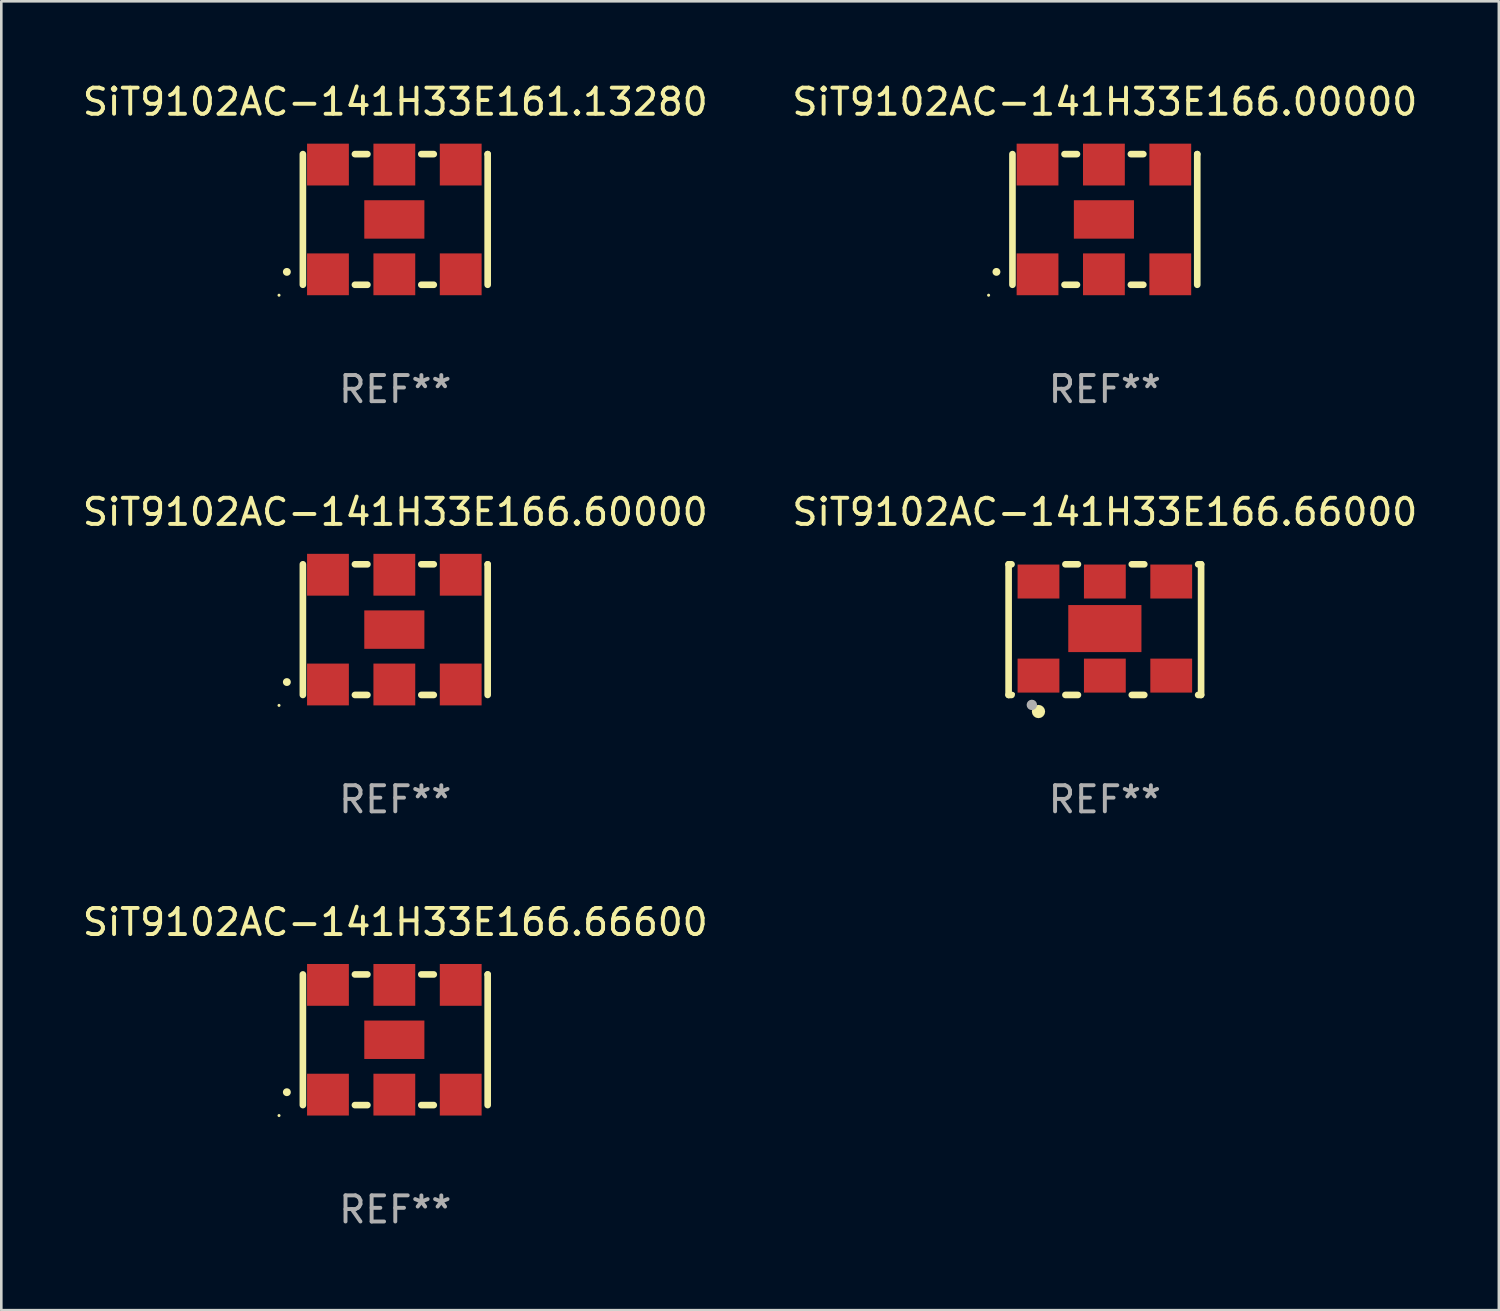
<source format=kicad_pcb>
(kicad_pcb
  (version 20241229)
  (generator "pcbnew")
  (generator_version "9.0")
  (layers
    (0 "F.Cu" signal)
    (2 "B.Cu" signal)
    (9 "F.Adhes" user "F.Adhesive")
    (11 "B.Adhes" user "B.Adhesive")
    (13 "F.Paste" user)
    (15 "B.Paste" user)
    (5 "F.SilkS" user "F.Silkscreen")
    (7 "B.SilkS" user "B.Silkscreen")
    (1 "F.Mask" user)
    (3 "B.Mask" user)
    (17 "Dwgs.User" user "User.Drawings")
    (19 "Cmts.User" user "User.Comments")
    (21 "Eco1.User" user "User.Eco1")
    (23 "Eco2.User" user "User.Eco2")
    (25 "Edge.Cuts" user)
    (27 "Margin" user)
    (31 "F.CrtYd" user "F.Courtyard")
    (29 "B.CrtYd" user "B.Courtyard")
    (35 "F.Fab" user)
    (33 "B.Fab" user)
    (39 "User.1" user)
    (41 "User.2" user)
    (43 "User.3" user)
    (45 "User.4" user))
  (footprint "SiT9102AC-141H33E166.00000"
    (layer "F.Cu")
    (at 39.232 5.348)
    (property "Reference" "SiT9102AC-141H33E166.00000" (at 0 -4.5 0) (layer "F.SilkS") (effects (font (size 1 1) (thickness 0.15))))
    (attr through_hole)
    (fp_line (start -3.536 -2.5) (end -3.536 2.5) (stroke (width 0.254) (type solid)) (layer "F.SilkS"))
    (fp_line (start -1.544 2.5) (end -1.067 2.5) (stroke (width 0.254) (type solid)) (layer "F.SilkS"))
    (fp_line (start -1.067 -2.5) (end -1.544 -2.5) (stroke (width 0.254) (type solid)) (layer "F.SilkS"))
    (fp_line (start 0.996 2.5) (end 1.473 2.5) (stroke (width 0.254) (type solid)) (layer "F.SilkS"))
    (fp_line (start 1.473 -2.5) (end 0.996 -2.5) (stroke (width 0.254) (type solid)) (layer "F.SilkS"))
    (fp_line (start 3.536 -2.5) (end 3.536 -2.5) (stroke (width 0.254) (type solid)) (layer "F.SilkS"))
    (fp_line (start 3.536 2.5) (end 3.536 -2.5) (stroke (width 0.254) (type solid)) (layer "F.SilkS"))
    (fp_arc (start -4.150432 2.006604) (mid -4.149162 2.006599) (end -4.147892 2.006604) (stroke (width 0.3) (type solid)) (layer "F.SilkS"))
    (fp_circle (center -4.449 2.9) (end -4.419 2.9) (stroke (width 0.06) (type solid)) (fill no) (layer "F.SilkS"))
    (fp_text user "REF**" (at 0 6.5 0) (layer "F.Fab") (effects (font (size 1 1) (thickness 0.15))))
    (pad "1" smd rect (at -2.576 2.1) (size 1.6 1.6) (layers "F.Cu" "F.Mask" "F.Paste"))
    (pad "2" smd rect (at -0.036 2.1) (size 1.6 1.6) (layers "F.Cu" "F.Mask" "F.Paste"))
    (pad "3" smd rect (at 2.504 2.1) (size 1.6 1.6) (layers "F.Cu" "F.Mask" "F.Paste"))
    (pad "4" smd rect (at 2.504 -2.1) (size 1.6 1.6) (layers "F.Cu" "F.Mask" "F.Paste"))
    (pad "5" smd rect (at -0.036 -2.1) (size 1.6 1.6) (layers "F.Cu" "F.Mask" "F.Paste"))
    (pad "6" smd rect (at -2.576 -2.1) (size 1.6 1.6) (layers "F.Cu" "F.Mask" "F.Paste"))
    (pad "7" smd rect (at -0.036 0) (size 2.3 1.47) (layers "F.Cu" "F.Mask" "F.Paste")))
  (footprint "SiT9102AC-141H33E166.60000"
    (layer "F.Cu")
    (at 12.077 21.045)
    (property "Reference" "SiT9102AC-141H33E166.60000" (at 0 -4.5 0) (layer "F.SilkS") (effects (font (size 1 1) (thickness 0.15))))
    (attr through_hole)
    (fp_line (start -3.536 -2.5) (end -3.536 2.5) (stroke (width 0.254) (type solid)) (layer "F.SilkS"))
    (fp_line (start -1.544 2.5) (end -1.067 2.5) (stroke (width 0.254) (type solid)) (layer "F.SilkS"))
    (fp_line (start -1.067 -2.5) (end -1.544 -2.5) (stroke (width 0.254) (type solid)) (layer "F.SilkS"))
    (fp_line (start 0.996 2.5) (end 1.473 2.5) (stroke (width 0.254) (type solid)) (layer "F.SilkS"))
    (fp_line (start 1.473 -2.5) (end 0.996 -2.5) (stroke (width 0.254) (type solid)) (layer "F.SilkS"))
    (fp_line (start 3.536 -2.5) (end 3.536 -2.5) (stroke (width 0.254) (type solid)) (layer "F.SilkS"))
    (fp_line (start 3.536 2.5) (end 3.536 -2.5) (stroke (width 0.254) (type solid)) (layer "F.SilkS"))
    (fp_arc (start -4.150432 2.006604) (mid -4.149162 2.006599) (end -4.147892 2.006604) (stroke (width 0.3) (type solid)) (layer "F.SilkS"))
    (fp_circle (center -4.449 2.9) (end -4.419 2.9) (stroke (width 0.06) (type solid)) (fill no) (layer "F.SilkS"))
    (fp_text user "REF**" (at 0 6.5 0) (layer "F.Fab") (effects (font (size 1 1) (thickness 0.15))))
    (pad "1" smd rect (at -2.576 2.1) (size 1.6 1.6) (layers "F.Cu" "F.Mask" "F.Paste"))
    (pad "2" smd rect (at -0.036 2.1) (size 1.6 1.6) (layers "F.Cu" "F.Mask" "F.Paste"))
    (pad "3" smd rect (at 2.504 2.1) (size 1.6 1.6) (layers "F.Cu" "F.Mask" "F.Paste"))
    (pad "4" smd rect (at 2.504 -2.1) (size 1.6 1.6) (layers "F.Cu" "F.Mask" "F.Paste"))
    (pad "5" smd rect (at -0.036 -2.1) (size 1.6 1.6) (layers "F.Cu" "F.Mask" "F.Paste"))
    (pad "6" smd rect (at -2.576 -2.1) (size 1.6 1.6) (layers "F.Cu" "F.Mask" "F.Paste"))
    (pad "7" smd rect (at -0.036 0) (size 2.3 1.47) (layers "F.Cu" "F.Mask" "F.Paste")))
  (footprint "SiT9102AC-141H33E166.66600"
    (layer "F.Cu")
    (at 12.077 36.741)
    (property "Reference" "SiT9102AC-141H33E166.66600" (at 0 -4.5 0) (layer "F.SilkS") (effects (font (size 1 1) (thickness 0.15))))
    (attr through_hole)
    (fp_line (start -3.536 -2.5) (end -3.536 2.5) (stroke (width 0.254) (type solid)) (layer "F.SilkS"))
    (fp_line (start -1.544 2.5) (end -1.067 2.5) (stroke (width 0.254) (type solid)) (layer "F.SilkS"))
    (fp_line (start -1.067 -2.5) (end -1.544 -2.5) (stroke (width 0.254) (type solid)) (layer "F.SilkS"))
    (fp_line (start 0.996 2.5) (end 1.473 2.5) (stroke (width 0.254) (type solid)) (layer "F.SilkS"))
    (fp_line (start 1.473 -2.5) (end 0.996 -2.5) (stroke (width 0.254) (type solid)) (layer "F.SilkS"))
    (fp_line (start 3.536 -2.5) (end 3.536 -2.5) (stroke (width 0.254) (type solid)) (layer "F.SilkS"))
    (fp_line (start 3.536 2.5) (end 3.536 -2.5) (stroke (width 0.254) (type solid)) (layer "F.SilkS"))
    (fp_arc (start -4.150432 2.006604) (mid -4.149162 2.006599) (end -4.147892 2.006604) (stroke (width 0.3) (type solid)) (layer "F.SilkS"))
    (fp_circle (center -4.449 2.9) (end -4.419 2.9) (stroke (width 0.06) (type solid)) (fill no) (layer "F.SilkS"))
    (fp_text user "REF**" (at 0 6.5 0) (layer "F.Fab") (effects (font (size 1 1) (thickness 0.15))))
    (pad "1" smd rect (at -2.576 2.1) (size 1.6 1.6) (layers "F.Cu" "F.Mask" "F.Paste"))
    (pad "2" smd rect (at -0.036 2.1) (size 1.6 1.6) (layers "F.Cu" "F.Mask" "F.Paste"))
    (pad "3" smd rect (at 2.504 2.1) (size 1.6 1.6) (layers "F.Cu" "F.Mask" "F.Paste"))
    (pad "4" smd rect (at 2.504 -2.1) (size 1.6 1.6) (layers "F.Cu" "F.Mask" "F.Paste"))
    (pad "5" smd rect (at -0.036 -2.1) (size 1.6 1.6) (layers "F.Cu" "F.Mask" "F.Paste"))
    (pad "6" smd rect (at -2.576 -2.1) (size 1.6 1.6) (layers "F.Cu" "F.Mask" "F.Paste"))
    (pad "7" smd rect (at -0.036 0) (size 2.3 1.47) (layers "F.Cu" "F.Mask" "F.Paste")))
  (footprint "SiT9102AC-141H33E161.13280"
    (layer "F.Cu")
    (at 12.077 5.348)
    (property "Reference" "SiT9102AC-141H33E161.13280" (at 0 -4.5 0) (layer "F.SilkS") (effects (font (size 1 1) (thickness 0.15))))
    (attr through_hole)
    (fp_line (start -3.536 -2.5) (end -3.536 2.5) (stroke (width 0.254) (type solid)) (layer "F.SilkS"))
    (fp_line (start -1.544 2.5) (end -1.067 2.5) (stroke (width 0.254) (type solid)) (layer "F.SilkS"))
    (fp_line (start -1.067 -2.5) (end -1.544 -2.5) (stroke (width 0.254) (type solid)) (layer "F.SilkS"))
    (fp_line (start 0.996 2.5) (end 1.473 2.5) (stroke (width 0.254) (type solid)) (layer "F.SilkS"))
    (fp_line (start 1.473 -2.5) (end 0.996 -2.5) (stroke (width 0.254) (type solid)) (layer "F.SilkS"))
    (fp_line (start 3.536 -2.5) (end 3.536 -2.5) (stroke (width 0.254) (type solid)) (layer "F.SilkS"))
    (fp_line (start 3.536 2.5) (end 3.536 -2.5) (stroke (width 0.254) (type solid)) (layer "F.SilkS"))
    (fp_arc (start -4.150432 2.006604) (mid -4.149162 2.006599) (end -4.147892 2.006604) (stroke (width 0.3) (type solid)) (layer "F.SilkS"))
    (fp_circle (center -4.449 2.9) (end -4.419 2.9) (stroke (width 0.06) (type solid)) (fill no) (layer "F.SilkS"))
    (fp_text user "REF**" (at 0 6.5 0) (layer "F.Fab") (effects (font (size 1 1) (thickness 0.15))))
    (pad "1" smd rect (at -2.576 2.1) (size 1.6 1.6) (layers "F.Cu" "F.Mask" "F.Paste"))
    (pad "2" smd rect (at -0.036 2.1) (size 1.6 1.6) (layers "F.Cu" "F.Mask" "F.Paste"))
    (pad "3" smd rect (at 2.504 2.1) (size 1.6 1.6) (layers "F.Cu" "F.Mask" "F.Paste"))
    (pad "4" smd rect (at 2.504 -2.1) (size 1.6 1.6) (layers "F.Cu" "F.Mask" "F.Paste"))
    (pad "5" smd rect (at -0.036 -2.1) (size 1.6 1.6) (layers "F.Cu" "F.Mask" "F.Paste"))
    (pad "6" smd rect (at -2.576 -2.1) (size 1.6 1.6) (layers "F.Cu" "F.Mask" "F.Paste"))
    (pad "7" smd rect (at -0.036 0) (size 2.3 1.47) (layers "F.Cu" "F.Mask" "F.Paste")))
  (footprint "SiT9102AC-141H33E166.66000"
    (layer "F.Cu")
    (at 39.232 21.045)
    (property "Reference" "SiT9102AC-141H33E166.66000" (at 0 -4.5 0) (layer "F.SilkS") (effects (font (size 1 1) (thickness 0.15))))
    (attr through_hole)
    (fp_line (start -3.683 -2.5) (end -3.571 -2.5) (stroke (width 0.254) (type solid)) (layer "F.SilkS"))
    (fp_line (start -3.683 2.5) (end -3.683 -2.5) (stroke (width 0.254) (type solid)) (layer "F.SilkS"))
    (fp_line (start -3.683 2.5) (end -3.571 2.5) (stroke (width 0.254) (type solid)) (layer "F.SilkS"))
    (fp_line (start -1.509 -2.5) (end -1.031 -2.5) (stroke (width 0.254) (type solid)) (layer "F.SilkS"))
    (fp_line (start -1.509 2.5) (end -1.031 2.5) (stroke (width 0.254) (type solid)) (layer "F.SilkS"))
    (fp_line (start 1.031 -2.5) (end 1.509 -2.5) (stroke (width 0.254) (type solid)) (layer "F.SilkS"))
    (fp_line (start 1.031 2.5) (end 1.509 2.5) (stroke (width 0.254) (type solid)) (layer "F.SilkS"))
    (fp_line (start 3.571 -2.5) (end 3.683 -2.5) (stroke (width 0.254) (type solid)) (layer "F.SilkS"))
    (fp_line (start 3.571 2.5) (end 3.683 2.5) (stroke (width 0.254) (type solid)) (layer "F.SilkS"))
    (fp_line (start 3.683 2.5) (end 3.683 -2.5) (stroke (width 0.254) (type solid)) (layer "F.SilkS"))
    (fp_circle (center -3.5 2.46) (end -3.47 2.46) (stroke (width 0.06) (type solid)) (fill no) (layer "F.SilkS"))
    (fp_circle (center -2.54 3.135) (end -2.413 3.135) (stroke (width 0.254) (type solid)) (fill no) (layer "F.SilkS"))
    (fp_circle (center -2.794 2.881) (end -2.694 2.881) (stroke (width 0.2) (type solid)) (fill no) (layer "F.Fab"))
    (fp_text user "REF**" (at 0 6.5 0) (layer "F.Fab") (effects (font (size 1 1) (thickness 0.15))))
    (pad "1" smd rect (at -2.54 1.76) (size 1.6 1.3) (layers "F.Cu" "F.Mask" "F.Paste"))
    (pad "2" smd rect (at 0 1.76) (size 1.6 1.3) (layers "F.Cu" "F.Mask" "F.Paste"))
    (pad "3" smd rect (at 2.54 1.76) (size 1.6 1.3) (layers "F.Cu" "F.Mask" "F.Paste"))
    (pad "4" smd rect (at 2.54 -1.84) (size 1.6 1.3) (layers "F.Cu" "F.Mask" "F.Paste"))
    (pad "5" smd rect (at 0 -1.84) (size 1.6 1.3) (layers "F.Cu" "F.Mask" "F.Paste"))
    (pad "6" smd rect (at -2.54 -1.84) (size 1.6 1.3) (layers "F.Cu" "F.Mask" "F.Paste"))
    (pad "7" smd rect (at 0 -0.04) (size 2.8 1.8) (layers "F.Cu" "F.Mask" "F.Paste")))
  (gr_rect
    (start -3 -3)
    (end 54.31 47.09)
    (stroke (width 0.1) (type default))
    (fill no)
    (layer "Edge.Cuts")))
</source>
